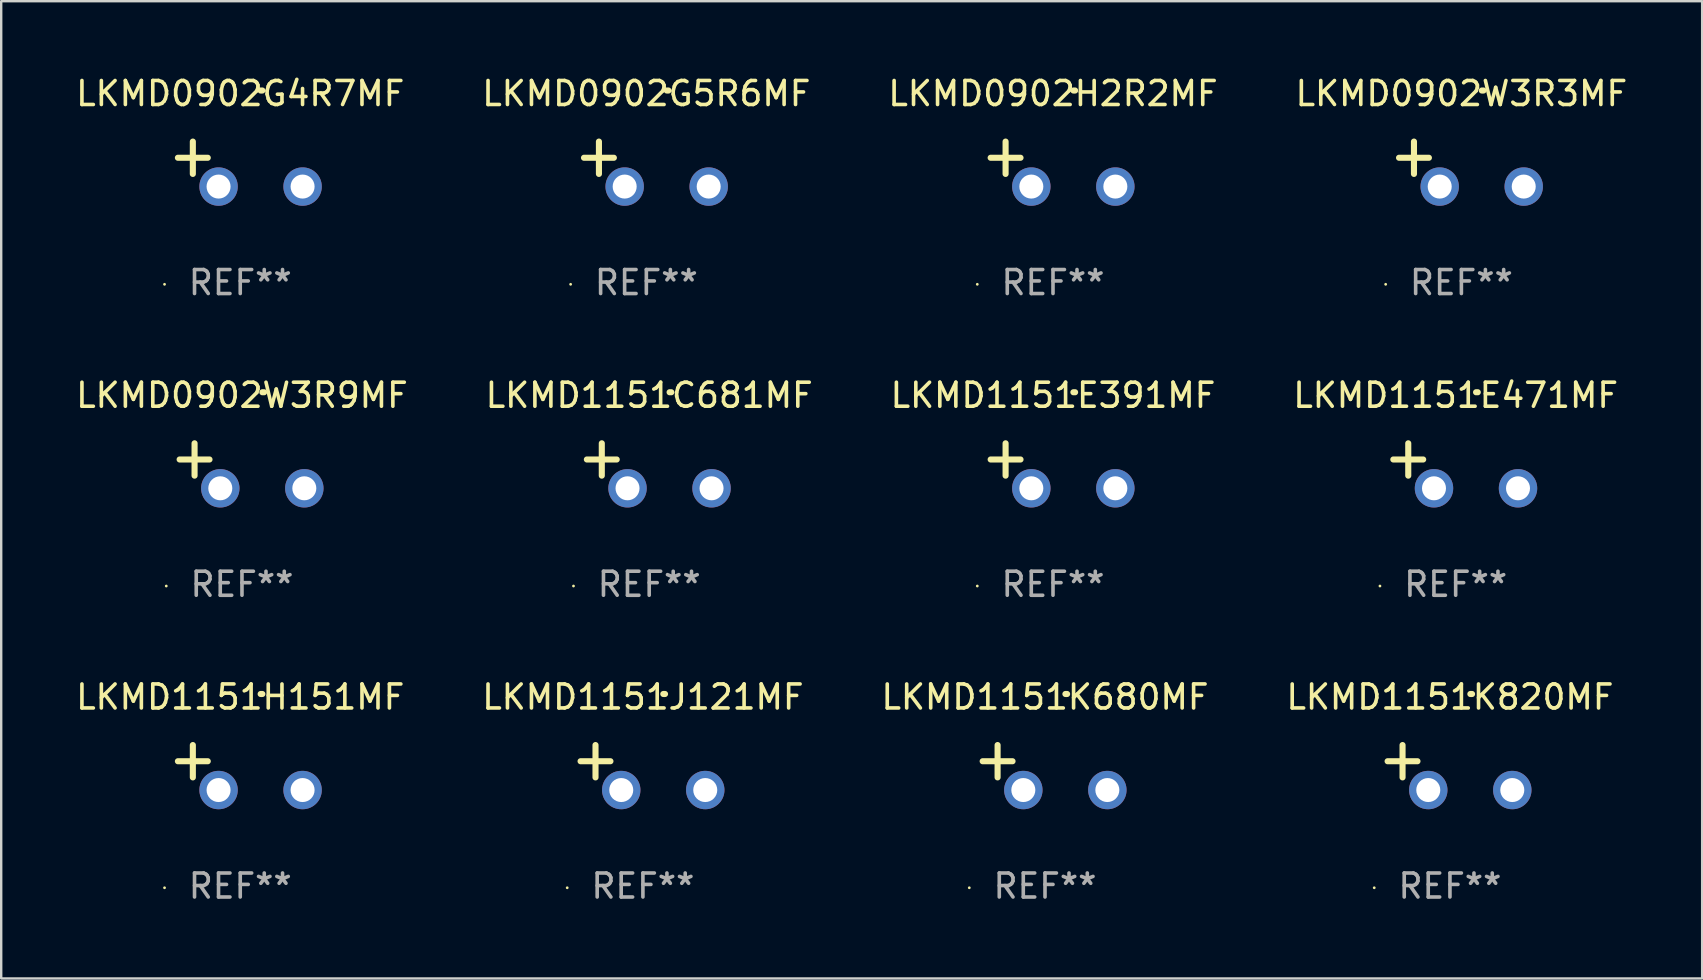
<source format=kicad_pcb>
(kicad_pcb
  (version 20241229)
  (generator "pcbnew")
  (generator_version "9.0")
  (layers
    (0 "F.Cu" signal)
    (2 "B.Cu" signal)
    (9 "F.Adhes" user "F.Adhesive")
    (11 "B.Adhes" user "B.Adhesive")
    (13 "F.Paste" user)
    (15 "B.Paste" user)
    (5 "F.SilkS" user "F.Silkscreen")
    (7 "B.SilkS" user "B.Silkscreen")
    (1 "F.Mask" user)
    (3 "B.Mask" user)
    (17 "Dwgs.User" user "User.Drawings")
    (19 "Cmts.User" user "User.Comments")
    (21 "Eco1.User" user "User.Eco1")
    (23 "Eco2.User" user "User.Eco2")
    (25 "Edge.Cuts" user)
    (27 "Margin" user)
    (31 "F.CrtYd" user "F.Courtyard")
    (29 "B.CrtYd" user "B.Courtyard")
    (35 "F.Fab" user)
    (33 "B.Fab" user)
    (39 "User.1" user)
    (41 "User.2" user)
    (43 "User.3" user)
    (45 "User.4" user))
  (footprint "LKMD1151C681MF"
    (layer "F.Cu")
    (at 23.994 16.354)
    (property "Reference" "LKMD1151C681MF" (at 0 -2.937 0) (layer "F.SilkS") (effects (font (size 1 1) (thickness 0.15))))
    (attr through_hole)
    (fp_line (start -1.975 0.41) (end -1.975 -0.937) (stroke (width 0.254) (type solid)) (layer "F.SilkS"))
    (fp_line (start -1.353 -0.263) (end -2.597 -0.263) (stroke (width 0.254) (type solid)) (layer "F.SilkS"))
    (fp_arc (start 0.849809 -3.063957) (mid 0.885369 -3.064114) (end 0.920929 -3.063957) (stroke (width 0.254001) (type solid)) (layer "F.SilkS"))
    (fp_circle (center -3.154 5.008) (end -3.124 5.008) (stroke (width 0.06) (type solid)) (fill no) (layer "F.SilkS"))
    (fp_text user "REF**" (at 0 4.937 0) (layer "F.Fab") (effects (font (size 1 1) (thickness 0.15))))
    (pad "1" thru_hole circle (at -0.903 0.937) (size 1.6 1.6) (drill 1) (layers "*.Cu" "*.Mask"))
    (pad "2" thru_hole circle (at 2.597 0.937) (size 1.6 1.6) (drill 1) (layers "*.Cu" "*.Mask")))
  (footprint "LKMD1151E391MF"
    (layer "F.Cu")
    (at 40.815 16.354)
    (property "Reference" "LKMD1151E391MF" (at 0 -2.937 0) (layer "F.SilkS") (effects (font (size 1 1) (thickness 0.15))))
    (attr through_hole)
    (fp_line (start -1.975 0.41) (end -1.975 -0.937) (stroke (width 0.254) (type solid)) (layer "F.SilkS"))
    (fp_line (start -1.353 -0.263) (end -2.597 -0.263) (stroke (width 0.254) (type solid)) (layer "F.SilkS"))
    (fp_arc (start 0.849809 -3.063957) (mid 0.885369 -3.064114) (end 0.920929 -3.063957) (stroke (width 0.254001) (type solid)) (layer "F.SilkS"))
    (fp_circle (center -3.154 5.008) (end -3.124 5.008) (stroke (width 0.06) (type solid)) (fill no) (layer "F.SilkS"))
    (fp_text user "REF**" (at 0 4.937 0) (layer "F.Fab") (effects (font (size 1 1) (thickness 0.15))))
    (pad "1" thru_hole circle (at -0.903 0.937) (size 1.6 1.6) (drill 1) (layers "*.Cu" "*.Mask"))
    (pad "2" thru_hole circle (at 2.597 0.937) (size 1.6 1.6) (drill 1) (layers "*.Cu" "*.Mask")))
  (footprint "LKMD0902W3R9MF"
    (layer "F.Cu")
    (at 7.03 16.354)
    (property "Reference" "LKMD0902W3R9MF" (at 0 -2.937 0) (layer "F.SilkS") (effects (font (size 1 1) (thickness 0.15))))
    (attr through_hole)
    (fp_line (start -1.975 0.41) (end -1.975 -0.937) (stroke (width 0.254) (type solid)) (layer "F.SilkS"))
    (fp_line (start -1.353 -0.263) (end -2.597 -0.263) (stroke (width 0.254) (type solid)) (layer "F.SilkS"))
    (fp_arc (start 0.849809 -3.063957) (mid 0.885369 -3.064114) (end 0.920929 -3.063957) (stroke (width 0.254001) (type solid)) (layer "F.SilkS"))
    (fp_circle (center -3.154 5.008) (end -3.124 5.008) (stroke (width 0.06) (type solid)) (fill no) (layer "F.SilkS"))
    (fp_text user "REF**" (at 0 4.937 0) (layer "F.Fab") (effects (font (size 1 1) (thickness 0.15))))
    (pad "1" thru_hole circle (at -0.903 0.937) (size 1.6 1.6) (drill 1) (layers "*.Cu" "*.Mask"))
    (pad "2" thru_hole circle (at 2.597 0.937) (size 1.6 1.6) (drill 1) (layers "*.Cu" "*.Mask")))
  (footprint "LKMD1151K680MF"
    (layer "F.Cu")
    (at 40.482 28.924)
    (property "Reference" "LKMD1151K680MF" (at 0 -2.937 0) (layer "F.SilkS") (effects (font (size 1 1) (thickness 0.15))))
    (attr through_hole)
    (fp_line (start -1.975 0.41) (end -1.975 -0.937) (stroke (width 0.254) (type solid)) (layer "F.SilkS"))
    (fp_line (start -1.353 -0.263) (end -2.597 -0.263) (stroke (width 0.254) (type solid)) (layer "F.SilkS"))
    (fp_arc (start 0.849809 -3.063957) (mid 0.885369 -3.064114) (end 0.920929 -3.063957) (stroke (width 0.254001) (type solid)) (layer "F.SilkS"))
    (fp_circle (center -3.154 5.008) (end -3.124 5.008) (stroke (width 0.06) (type solid)) (fill no) (layer "F.SilkS"))
    (fp_text user "REF**" (at 0 4.937 0) (layer "F.Fab") (effects (font (size 1 1) (thickness 0.15))))
    (pad "1" thru_hole circle (at -0.903 0.937) (size 1.6 1.6) (drill 1) (layers "*.Cu" "*.Mask"))
    (pad "2" thru_hole circle (at 2.597 0.937) (size 1.6 1.6) (drill 1) (layers "*.Cu" "*.Mask")))
  (footprint "LKMD1151E471MF"
    (layer "F.Cu")
    (at 57.589 16.354)
    (property "Reference" "LKMD1151E471MF" (at 0 -2.937 0) (layer "F.SilkS") (effects (font (size 1 1) (thickness 0.15))))
    (attr through_hole)
    (fp_line (start -1.975 0.41) (end -1.975 -0.937) (stroke (width 0.254) (type solid)) (layer "F.SilkS"))
    (fp_line (start -1.353 -0.263) (end -2.597 -0.263) (stroke (width 0.254) (type solid)) (layer "F.SilkS"))
    (fp_arc (start 0.849809 -3.063957) (mid 0.885369 -3.064114) (end 0.920929 -3.063957) (stroke (width 0.254001) (type solid)) (layer "F.SilkS"))
    (fp_circle (center -3.154 5.008) (end -3.124 5.008) (stroke (width 0.06) (type solid)) (fill no) (layer "F.SilkS"))
    (fp_text user "REF**" (at 0 4.937 0) (layer "F.Fab") (effects (font (size 1 1) (thickness 0.15))))
    (pad "1" thru_hole circle (at -0.903 0.937) (size 1.6 1.6) (drill 1) (layers "*.Cu" "*.Mask"))
    (pad "2" thru_hole circle (at 2.597 0.937) (size 1.6 1.6) (drill 1) (layers "*.Cu" "*.Mask")))
  (footprint "LKMD0902H2R2MF"
    (layer "F.Cu")
    (at 40.815 3.785)
    (property "Reference" "LKMD0902H2R2MF" (at 0 -2.937 0) (layer "F.SilkS") (effects (font (size 1 1) (thickness 0.15))))
    (attr through_hole)
    (fp_line (start -1.975 0.41) (end -1.975 -0.937) (stroke (width 0.254) (type solid)) (layer "F.SilkS"))
    (fp_line (start -1.353 -0.263) (end -2.597 -0.263) (stroke (width 0.254) (type solid)) (layer "F.SilkS"))
    (fp_arc (start 0.849809 -3.063957) (mid 0.885369 -3.064114) (end 0.920929 -3.063957) (stroke (width 0.254001) (type solid)) (layer "F.SilkS"))
    (fp_circle (center -3.154 5.008) (end -3.124 5.008) (stroke (width 0.06) (type solid)) (fill no) (layer "F.SilkS"))
    (fp_text user "REF**" (at 0 4.937 0) (layer "F.Fab") (effects (font (size 1 1) (thickness 0.15))))
    (pad "1" thru_hole circle (at -0.903 0.937) (size 1.6 1.6) (drill 1) (layers "*.Cu" "*.Mask"))
    (pad "2" thru_hole circle (at 2.597 0.937) (size 1.6 1.6) (drill 1) (layers "*.Cu" "*.Mask")))
  (footprint "LKMD1151J121MF"
    (layer "F.Cu")
    (at 23.732 28.924)
    (property "Reference" "LKMD1151J121MF" (at 0 -2.937 0) (layer "F.SilkS") (effects (font (size 1 1) (thickness 0.15))))
    (attr through_hole)
    (fp_line (start -1.975 0.41) (end -1.975 -0.937) (stroke (width 0.254) (type solid)) (layer "F.SilkS"))
    (fp_line (start -1.353 -0.263) (end -2.597 -0.263) (stroke (width 0.254) (type solid)) (layer "F.SilkS"))
    (fp_arc (start 0.849809 -3.063957) (mid 0.885369 -3.064114) (end 0.920929 -3.063957) (stroke (width 0.254001) (type solid)) (layer "F.SilkS"))
    (fp_circle (center -3.154 5.008) (end -3.124 5.008) (stroke (width 0.06) (type solid)) (fill no) (layer "F.SilkS"))
    (fp_text user "REF**" (at 0 4.937 0) (layer "F.Fab") (effects (font (size 1 1) (thickness 0.15))))
    (pad "1" thru_hole circle (at -0.903 0.937) (size 1.6 1.6) (drill 1) (layers "*.Cu" "*.Mask"))
    (pad "2" thru_hole circle (at 2.597 0.937) (size 1.6 1.6) (drill 1) (layers "*.Cu" "*.Mask")))
  (footprint "LKMD0902G5R6MF"
    (layer "F.Cu")
    (at 23.875 3.785)
    (property "Reference" "LKMD0902G5R6MF" (at 0 -2.937 0) (layer "F.SilkS") (effects (font (size 1 1) (thickness 0.15))))
    (attr through_hole)
    (fp_line (start -1.975 0.41) (end -1.975 -0.937) (stroke (width 0.254) (type solid)) (layer "F.SilkS"))
    (fp_line (start -1.353 -0.263) (end -2.597 -0.263) (stroke (width 0.254) (type solid)) (layer "F.SilkS"))
    (fp_arc (start 0.849809 -3.063957) (mid 0.885369 -3.064114) (end 0.920929 -3.063957) (stroke (width 0.254001) (type solid)) (layer "F.SilkS"))
    (fp_circle (center -3.154 5.008) (end -3.124 5.008) (stroke (width 0.06) (type solid)) (fill no) (layer "F.SilkS"))
    (fp_text user "REF**" (at 0 4.937 0) (layer "F.Fab") (effects (font (size 1 1) (thickness 0.15))))
    (pad "1" thru_hole circle (at -0.903 0.937) (size 1.6 1.6) (drill 1) (layers "*.Cu" "*.Mask"))
    (pad "2" thru_hole circle (at 2.597 0.937) (size 1.6 1.6) (drill 1) (layers "*.Cu" "*.Mask")))
  (footprint "LKMD1151H151MF"
    (layer "F.Cu")
    (at 6.958 28.924)
    (property "Reference" "LKMD1151H151MF" (at 0 -2.937 0) (layer "F.SilkS") (effects (font (size 1 1) (thickness 0.15))))
    (attr through_hole)
    (fp_line (start -1.975 0.41) (end -1.975 -0.937) (stroke (width 0.254) (type solid)) (layer "F.SilkS"))
    (fp_line (start -1.353 -0.263) (end -2.597 -0.263) (stroke (width 0.254) (type solid)) (layer "F.SilkS"))
    (fp_arc (start 0.849809 -3.063957) (mid 0.885369 -3.064114) (end 0.920929 -3.063957) (stroke (width 0.254001) (type solid)) (layer "F.SilkS"))
    (fp_circle (center -3.154 5.008) (end -3.124 5.008) (stroke (width 0.06) (type solid)) (fill no) (layer "F.SilkS"))
    (fp_text user "REF**" (at 0 4.937 0) (layer "F.Fab") (effects (font (size 1 1) (thickness 0.15))))
    (pad "1" thru_hole circle (at -0.903 0.937) (size 1.6 1.6) (drill 1) (layers "*.Cu" "*.Mask"))
    (pad "2" thru_hole circle (at 2.597 0.937) (size 1.6 1.6) (drill 1) (layers "*.Cu" "*.Mask")))
  (footprint "LKMD1151K820MF"
    (layer "F.Cu")
    (at 57.351 28.924)
    (property "Reference" "LKMD1151K820MF" (at 0 -2.937 0) (layer "F.SilkS") (effects (font (size 1 1) (thickness 0.15))))
    (attr through_hole)
    (fp_line (start -1.975 0.41) (end -1.975 -0.937) (stroke (width 0.254) (type solid)) (layer "F.SilkS"))
    (fp_line (start -1.353 -0.263) (end -2.597 -0.263) (stroke (width 0.254) (type solid)) (layer "F.SilkS"))
    (fp_arc (start 0.849809 -3.063957) (mid 0.885369 -3.064114) (end 0.920929 -3.063957) (stroke (width 0.254001) (type solid)) (layer "F.SilkS"))
    (fp_circle (center -3.154 5.008) (end -3.124 5.008) (stroke (width 0.06) (type solid)) (fill no) (layer "F.SilkS"))
    (fp_text user "REF**" (at 0 4.937 0) (layer "F.Fab") (effects (font (size 1 1) (thickness 0.15))))
    (pad "1" thru_hole circle (at -0.903 0.937) (size 1.6 1.6) (drill 1) (layers "*.Cu" "*.Mask"))
    (pad "2" thru_hole circle (at 2.597 0.937) (size 1.6 1.6) (drill 1) (layers "*.Cu" "*.Mask")))
  (footprint "LKMD0902G4R7MF"
    (layer "F.Cu")
    (at 6.958 3.785)
    (property "Reference" "LKMD0902G4R7MF" (at 0 -2.937 0) (layer "F.SilkS") (effects (font (size 1 1) (thickness 0.15))))
    (attr through_hole)
    (fp_line (start -1.975 0.41) (end -1.975 -0.937) (stroke (width 0.254) (type solid)) (layer "F.SilkS"))
    (fp_line (start -1.353 -0.263) (end -2.597 -0.263) (stroke (width 0.254) (type solid)) (layer "F.SilkS"))
    (fp_arc (start 0.849809 -3.063957) (mid 0.885369 -3.064114) (end 0.920929 -3.063957) (stroke (width 0.254001) (type solid)) (layer "F.SilkS"))
    (fp_circle (center -3.154 5.008) (end -3.124 5.008) (stroke (width 0.06) (type solid)) (fill no) (layer "F.SilkS"))
    (fp_text user "REF**" (at 0 4.937 0) (layer "F.Fab") (effects (font (size 1 1) (thickness 0.15))))
    (pad "1" thru_hole circle (at -0.903 0.937) (size 1.6 1.6) (drill 1) (layers "*.Cu" "*.Mask"))
    (pad "2" thru_hole circle (at 2.597 0.937) (size 1.6 1.6) (drill 1) (layers "*.Cu" "*.Mask")))
  (footprint "LKMD0902W3R3MF"
    (layer "F.Cu")
    (at 57.827 3.785)
    (property "Reference" "LKMD0902W3R3MF" (at 0 -2.937 0) (layer "F.SilkS") (effects (font (size 1 1) (thickness 0.15))))
    (attr through_hole)
    (fp_line (start -1.975 0.41) (end -1.975 -0.937) (stroke (width 0.254) (type solid)) (layer "F.SilkS"))
    (fp_line (start -1.353 -0.263) (end -2.597 -0.263) (stroke (width 0.254) (type solid)) (layer "F.SilkS"))
    (fp_arc (start 0.849809 -3.063957) (mid 0.885369 -3.064114) (end 0.920929 -3.063957) (stroke (width 0.254001) (type solid)) (layer "F.SilkS"))
    (fp_circle (center -3.154 5.008) (end -3.124 5.008) (stroke (width 0.06) (type solid)) (fill no) (layer "F.SilkS"))
    (fp_text user "REF**" (at 0 4.937 0) (layer "F.Fab") (effects (font (size 1 1) (thickness 0.15))))
    (pad "1" thru_hole circle (at -0.903 0.937) (size 1.6 1.6) (drill 1) (layers "*.Cu" "*.Mask"))
    (pad "2" thru_hole circle (at 2.597 0.937) (size 1.6 1.6) (drill 1) (layers "*.Cu" "*.Mask")))
  (gr_rect
    (start -3 -3)
    (end 67.857 37.709)
    (stroke (width 0.1) (type default))
    (fill no)
    (layer "Edge.Cuts")))
</source>
